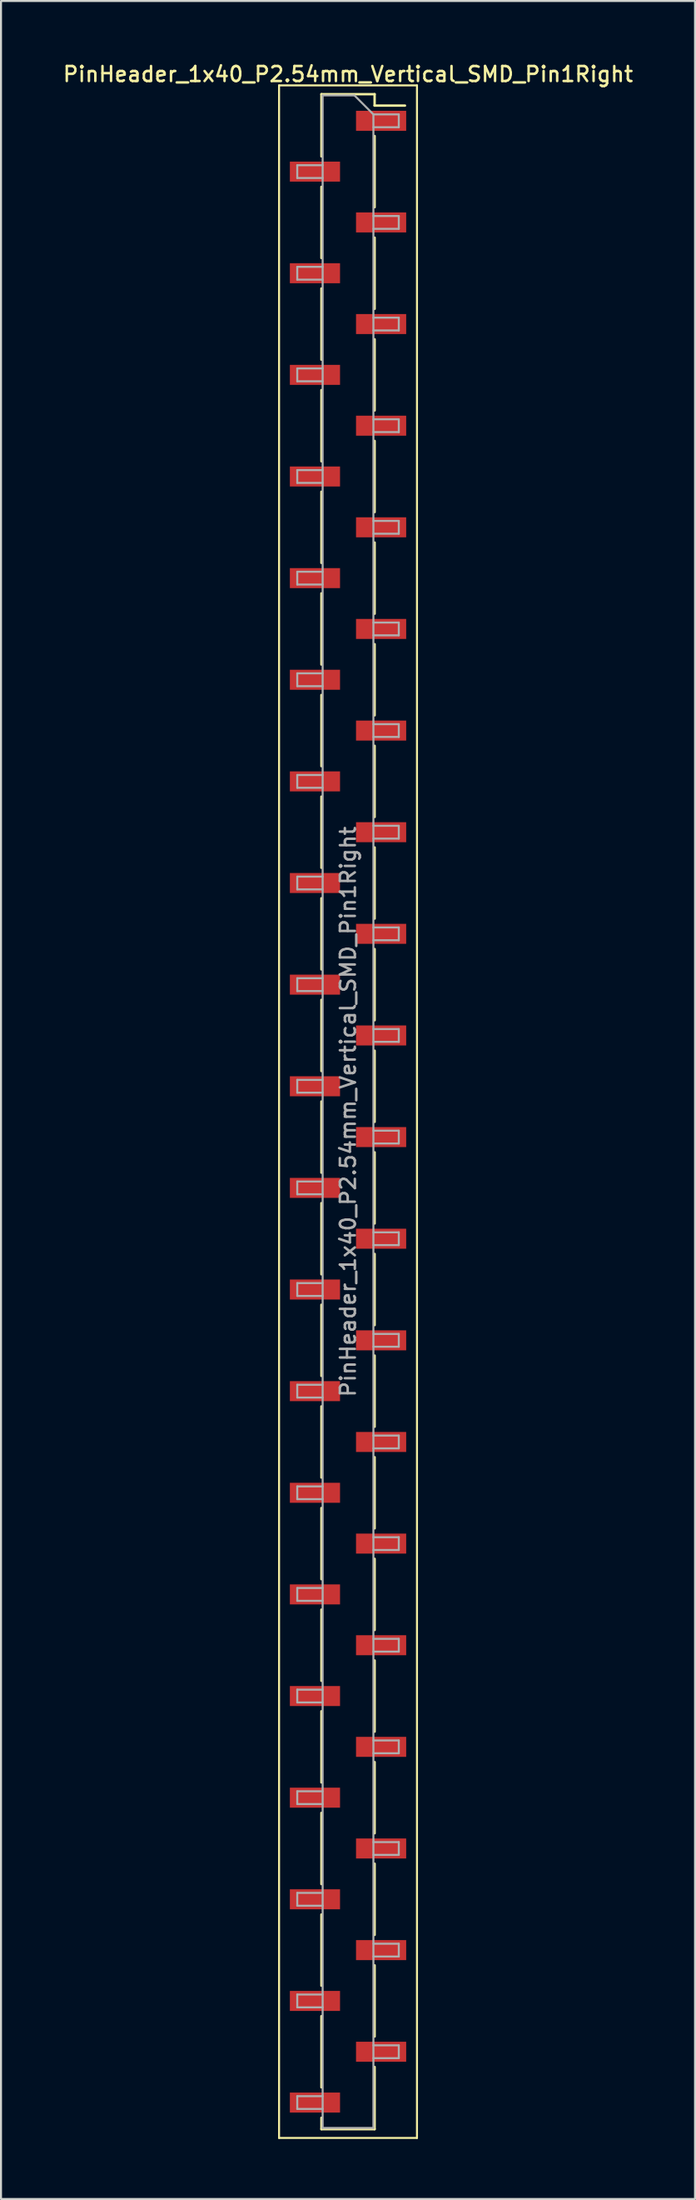
<source format=kicad_pcb>
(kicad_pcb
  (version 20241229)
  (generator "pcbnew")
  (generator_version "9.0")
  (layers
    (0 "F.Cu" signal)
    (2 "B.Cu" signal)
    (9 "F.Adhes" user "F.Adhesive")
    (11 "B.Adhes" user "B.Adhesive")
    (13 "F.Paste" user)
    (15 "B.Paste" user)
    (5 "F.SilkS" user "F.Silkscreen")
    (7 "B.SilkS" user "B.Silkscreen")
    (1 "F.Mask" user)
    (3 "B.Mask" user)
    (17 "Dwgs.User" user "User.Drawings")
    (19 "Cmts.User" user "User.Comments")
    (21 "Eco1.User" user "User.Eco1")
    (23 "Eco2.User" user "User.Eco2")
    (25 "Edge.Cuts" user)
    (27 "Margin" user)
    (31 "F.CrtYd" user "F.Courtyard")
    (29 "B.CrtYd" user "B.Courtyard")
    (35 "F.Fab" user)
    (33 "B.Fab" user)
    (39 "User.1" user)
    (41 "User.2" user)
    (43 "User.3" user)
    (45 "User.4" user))
  (footprint "PinHeader_1x40_P2.54mm_Vertical_SMD_Pin1Right"
    (layer "F.Cu")
    (at 14.363 52.518)
    (property "Reference" "PinHeader_1x40_P2.54mm_Vertical_SMD_Pin1Right" (at 0 -51.86 0) (layer "F.SilkS") (effects (font (size 0.75 0.75) (thickness 0.125))))
    (attr smd)
    (fp_line (start -3.45 -51.3) (end -3.45 51.3) (stroke (width 0.1) (type solid)) (layer "F.SilkS"))
    (fp_line (start -3.45 51.3) (end 3.45 51.3) (stroke (width 0.1) (type solid)) (layer "F.SilkS"))
    (fp_line (start -1.33 -50.86) (end -1.33 -47.75) (stroke (width 0.12) (type solid)) (layer "F.SilkS"))
    (fp_line (start -1.33 -50.86) (end 1.33 -50.86) (stroke (width 0.12) (type solid)) (layer "F.SilkS"))
    (fp_line (start -1.33 -46.23) (end -1.33 -42.67) (stroke (width 0.12) (type solid)) (layer "F.SilkS"))
    (fp_line (start -1.33 -41.15) (end -1.33 -37.59) (stroke (width 0.12) (type solid)) (layer "F.SilkS"))
    (fp_line (start -1.33 -36.07) (end -1.33 -32.51) (stroke (width 0.12) (type solid)) (layer "F.SilkS"))
    (fp_line (start -1.33 -30.99) (end -1.33 -27.43) (stroke (width 0.12) (type solid)) (layer "F.SilkS"))
    (fp_line (start -1.33 -25.91) (end -1.33 -22.35) (stroke (width 0.12) (type solid)) (layer "F.SilkS"))
    (fp_line (start -1.33 -20.83) (end -1.33 -17.27) (stroke (width 0.12) (type solid)) (layer "F.SilkS"))
    (fp_line (start -1.33 -15.75) (end -1.33 -12.19) (stroke (width 0.12) (type solid)) (layer "F.SilkS"))
    (fp_line (start -1.33 -10.67) (end -1.33 -7.11) (stroke (width 0.12) (type solid)) (layer "F.SilkS"))
    (fp_line (start -1.33 -5.59) (end -1.33 -2.03) (stroke (width 0.12) (type solid)) (layer "F.SilkS"))
    (fp_line (start -1.33 -0.51) (end -1.33 3.05) (stroke (width 0.12) (type solid)) (layer "F.SilkS"))
    (fp_line (start -1.33 4.57) (end -1.33 8.13) (stroke (width 0.12) (type solid)) (layer "F.SilkS"))
    (fp_line (start -1.33 9.65) (end -1.33 13.21) (stroke (width 0.12) (type solid)) (layer "F.SilkS"))
    (fp_line (start -1.33 14.73) (end -1.33 18.29) (stroke (width 0.12) (type solid)) (layer "F.SilkS"))
    (fp_line (start -1.33 19.81) (end -1.33 23.37) (stroke (width 0.12) (type solid)) (layer "F.SilkS"))
    (fp_line (start -1.33 24.89) (end -1.33 28.45) (stroke (width 0.12) (type solid)) (layer "F.SilkS"))
    (fp_line (start -1.33 29.97) (end -1.33 33.53) (stroke (width 0.12) (type solid)) (layer "F.SilkS"))
    (fp_line (start -1.33 35.05) (end -1.33 38.61) (stroke (width 0.12) (type solid)) (layer "F.SilkS"))
    (fp_line (start -1.33 40.13) (end -1.33 43.69) (stroke (width 0.12) (type solid)) (layer "F.SilkS"))
    (fp_line (start -1.33 45.21) (end -1.33 48.77) (stroke (width 0.12) (type solid)) (layer "F.SilkS"))
    (fp_line (start -1.33 50.29) (end -1.33 50.86) (stroke (width 0.12) (type solid)) (layer "F.SilkS"))
    (fp_line (start -1.33 50.86) (end 1.33 50.86) (stroke (width 0.12) (type solid)) (layer "F.SilkS"))
    (fp_line (start 1.33 -50.86) (end 1.33 -50.29) (stroke (width 0.12) (type solid)) (layer "F.SilkS"))
    (fp_line (start 1.33 -50.29) (end 2.85 -50.29) (stroke (width 0.12) (type solid)) (layer "F.SilkS"))
    (fp_line (start 1.33 -48.77) (end 1.33 -45.21) (stroke (width 0.12) (type solid)) (layer "F.SilkS"))
    (fp_line (start 1.33 -43.69) (end 1.33 -40.13) (stroke (width 0.12) (type solid)) (layer "F.SilkS"))
    (fp_line (start 1.33 -38.61) (end 1.33 -35.05) (stroke (width 0.12) (type solid)) (layer "F.SilkS"))
    (fp_line (start 1.33 -33.53) (end 1.33 -29.97) (stroke (width 0.12) (type solid)) (layer "F.SilkS"))
    (fp_line (start 1.33 -28.45) (end 1.33 -24.89) (stroke (width 0.12) (type solid)) (layer "F.SilkS"))
    (fp_line (start 1.33 -23.37) (end 1.33 -19.81) (stroke (width 0.12) (type solid)) (layer "F.SilkS"))
    (fp_line (start 1.33 -18.29) (end 1.33 -14.73) (stroke (width 0.12) (type solid)) (layer "F.SilkS"))
    (fp_line (start 1.33 -13.21) (end 1.33 -9.65) (stroke (width 0.12) (type solid)) (layer "F.SilkS"))
    (fp_line (start 1.33 -8.13) (end 1.33 -4.57) (stroke (width 0.12) (type solid)) (layer "F.SilkS"))
    (fp_line (start 1.33 -3.05) (end 1.33 0.51) (stroke (width 0.12) (type solid)) (layer "F.SilkS"))
    (fp_line (start 1.33 2.03) (end 1.33 5.59) (stroke (width 0.12) (type solid)) (layer "F.SilkS"))
    (fp_line (start 1.33 7.11) (end 1.33 10.67) (stroke (width 0.12) (type solid)) (layer "F.SilkS"))
    (fp_line (start 1.33 12.19) (end 1.33 15.75) (stroke (width 0.12) (type solid)) (layer "F.SilkS"))
    (fp_line (start 1.33 17.27) (end 1.33 20.83) (stroke (width 0.12) (type solid)) (layer "F.SilkS"))
    (fp_line (start 1.33 22.35) (end 1.33 25.91) (stroke (width 0.12) (type solid)) (layer "F.SilkS"))
    (fp_line (start 1.33 27.43) (end 1.33 30.99) (stroke (width 0.12) (type solid)) (layer "F.SilkS"))
    (fp_line (start 1.33 32.51) (end 1.33 36.07) (stroke (width 0.12) (type solid)) (layer "F.SilkS"))
    (fp_line (start 1.33 37.59) (end 1.33 41.15) (stroke (width 0.12) (type solid)) (layer "F.SilkS"))
    (fp_line (start 1.33 42.67) (end 1.33 46.23) (stroke (width 0.12) (type solid)) (layer "F.SilkS"))
    (fp_line (start 1.33 47.75) (end 1.33 50.86) (stroke (width 0.12) (type solid)) (layer "F.SilkS"))
    (fp_line (start 3.45 -51.3) (end -3.45 -51.3) (stroke (width 0.1) (type solid)) (layer "F.SilkS"))
    (fp_line (start 3.45 51.3) (end 3.45 -51.3) (stroke (width 0.1) (type solid)) (layer "F.SilkS"))
    (fp_line (start -2.54 -47.31) (end -2.54 -46.67) (stroke (width 0.1) (type solid)) (layer "F.Fab"))
    (fp_line (start -2.54 -46.67) (end -1.27 -46.67) (stroke (width 0.1) (type solid)) (layer "F.Fab"))
    (fp_line (start -2.54 -42.23) (end -2.54 -41.59) (stroke (width 0.1) (type solid)) (layer "F.Fab"))
    (fp_line (start -2.54 -41.59) (end -1.27 -41.59) (stroke (width 0.1) (type solid)) (layer "F.Fab"))
    (fp_line (start -2.54 -37.15) (end -2.54 -36.51) (stroke (width 0.1) (type solid)) (layer "F.Fab"))
    (fp_line (start -2.54 -36.51) (end -1.27 -36.51) (stroke (width 0.1) (type solid)) (layer "F.Fab"))
    (fp_line (start -2.54 -32.07) (end -2.54 -31.43) (stroke (width 0.1) (type solid)) (layer "F.Fab"))
    (fp_line (start -2.54 -31.43) (end -1.27 -31.43) (stroke (width 0.1) (type solid)) (layer "F.Fab"))
    (fp_line (start -2.54 -26.99) (end -2.54 -26.35) (stroke (width 0.1) (type solid)) (layer "F.Fab"))
    (fp_line (start -2.54 -26.35) (end -1.27 -26.35) (stroke (width 0.1) (type solid)) (layer "F.Fab"))
    (fp_line (start -2.54 -21.91) (end -2.54 -21.27) (stroke (width 0.1) (type solid)) (layer "F.Fab"))
    (fp_line (start -2.54 -21.27) (end -1.27 -21.27) (stroke (width 0.1) (type solid)) (layer "F.Fab"))
    (fp_line (start -2.54 -16.83) (end -2.54 -16.19) (stroke (width 0.1) (type solid)) (layer "F.Fab"))
    (fp_line (start -2.54 -16.19) (end -1.27 -16.19) (stroke (width 0.1) (type solid)) (layer "F.Fab"))
    (fp_line (start -2.54 -11.75) (end -2.54 -11.11) (stroke (width 0.1) (type solid)) (layer "F.Fab"))
    (fp_line (start -2.54 -11.11) (end -1.27 -11.11) (stroke (width 0.1) (type solid)) (layer "F.Fab"))
    (fp_line (start -2.54 -6.67) (end -2.54 -6.03) (stroke (width 0.1) (type solid)) (layer "F.Fab"))
    (fp_line (start -2.54 -6.03) (end -1.27 -6.03) (stroke (width 0.1) (type solid)) (layer "F.Fab"))
    (fp_line (start -2.54 -1.59) (end -2.54 -0.95) (stroke (width 0.1) (type solid)) (layer "F.Fab"))
    (fp_line (start -2.54 -0.95) (end -1.27 -0.95) (stroke (width 0.1) (type solid)) (layer "F.Fab"))
    (fp_line (start -2.54 3.49) (end -2.54 4.13) (stroke (width 0.1) (type solid)) (layer "F.Fab"))
    (fp_line (start -2.54 4.13) (end -1.27 4.13) (stroke (width 0.1) (type solid)) (layer "F.Fab"))
    (fp_line (start -2.54 8.57) (end -2.54 9.21) (stroke (width 0.1) (type solid)) (layer "F.Fab"))
    (fp_line (start -2.54 9.21) (end -1.27 9.21) (stroke (width 0.1) (type solid)) (layer "F.Fab"))
    (fp_line (start -2.54 13.65) (end -2.54 14.29) (stroke (width 0.1) (type solid)) (layer "F.Fab"))
    (fp_line (start -2.54 14.29) (end -1.27 14.29) (stroke (width 0.1) (type solid)) (layer "F.Fab"))
    (fp_line (start -2.54 18.73) (end -2.54 19.37) (stroke (width 0.1) (type solid)) (layer "F.Fab"))
    (fp_line (start -2.54 19.37) (end -1.27 19.37) (stroke (width 0.1) (type solid)) (layer "F.Fab"))
    (fp_line (start -2.54 23.81) (end -2.54 24.45) (stroke (width 0.1) (type solid)) (layer "F.Fab"))
    (fp_line (start -2.54 24.45) (end -1.27 24.45) (stroke (width 0.1) (type solid)) (layer "F.Fab"))
    (fp_line (start -2.54 28.89) (end -2.54 29.53) (stroke (width 0.1) (type solid)) (layer "F.Fab"))
    (fp_line (start -2.54 29.53) (end -1.27 29.53) (stroke (width 0.1) (type solid)) (layer "F.Fab"))
    (fp_line (start -2.54 33.97) (end -2.54 34.61) (stroke (width 0.1) (type solid)) (layer "F.Fab"))
    (fp_line (start -2.54 34.61) (end -1.27 34.61) (stroke (width 0.1) (type solid)) (layer "F.Fab"))
    (fp_line (start -2.54 39.05) (end -2.54 39.69) (stroke (width 0.1) (type solid)) (layer "F.Fab"))
    (fp_line (start -2.54 39.69) (end -1.27 39.69) (stroke (width 0.1) (type solid)) (layer "F.Fab"))
    (fp_line (start -2.54 44.13) (end -2.54 44.77) (stroke (width 0.1) (type solid)) (layer "F.Fab"))
    (fp_line (start -2.54 44.77) (end -1.27 44.77) (stroke (width 0.1) (type solid)) (layer "F.Fab"))
    (fp_line (start -2.54 49.21) (end -2.54 49.85) (stroke (width 0.1) (type solid)) (layer "F.Fab"))
    (fp_line (start -2.54 49.85) (end -1.27 49.85) (stroke (width 0.1) (type solid)) (layer "F.Fab"))
    (fp_line (start -1.27 -50.8) (end -1.27 50.8) (stroke (width 0.1) (type solid)) (layer "F.Fab"))
    (fp_line (start -1.27 -50.8) (end 0.32 -50.8) (stroke (width 0.1) (type solid)) (layer "F.Fab"))
    (fp_line (start -1.27 -47.31) (end -2.54 -47.31) (stroke (width 0.1) (type solid)) (layer "F.Fab"))
    (fp_line (start -1.27 -42.23) (end -2.54 -42.23) (stroke (width 0.1) (type solid)) (layer "F.Fab"))
    (fp_line (start -1.27 -37.15) (end -2.54 -37.15) (stroke (width 0.1) (type solid)) (layer "F.Fab"))
    (fp_line (start -1.27 -32.07) (end -2.54 -32.07) (stroke (width 0.1) (type solid)) (layer "F.Fab"))
    (fp_line (start -1.27 -26.99) (end -2.54 -26.99) (stroke (width 0.1) (type solid)) (layer "F.Fab"))
    (fp_line (start -1.27 -21.91) (end -2.54 -21.91) (stroke (width 0.1) (type solid)) (layer "F.Fab"))
    (fp_line (start -1.27 -16.83) (end -2.54 -16.83) (stroke (width 0.1) (type solid)) (layer "F.Fab"))
    (fp_line (start -1.27 -11.75) (end -2.54 -11.75) (stroke (width 0.1) (type solid)) (layer "F.Fab"))
    (fp_line (start -1.27 -6.67) (end -2.54 -6.67) (stroke (width 0.1) (type solid)) (layer "F.Fab"))
    (fp_line (start -1.27 -1.59) (end -2.54 -1.59) (stroke (width 0.1) (type solid)) (layer "F.Fab"))
    (fp_line (start -1.27 3.49) (end -2.54 3.49) (stroke (width 0.1) (type solid)) (layer "F.Fab"))
    (fp_line (start -1.27 8.57) (end -2.54 8.57) (stroke (width 0.1) (type solid)) (layer "F.Fab"))
    (fp_line (start -1.27 13.65) (end -2.54 13.65) (stroke (width 0.1) (type solid)) (layer "F.Fab"))
    (fp_line (start -1.27 18.73) (end -2.54 18.73) (stroke (width 0.1) (type solid)) (layer "F.Fab"))
    (fp_line (start -1.27 23.81) (end -2.54 23.81) (stroke (width 0.1) (type solid)) (layer "F.Fab"))
    (fp_line (start -1.27 28.89) (end -2.54 28.89) (stroke (width 0.1) (type solid)) (layer "F.Fab"))
    (fp_line (start -1.27 33.97) (end -2.54 33.97) (stroke (width 0.1) (type solid)) (layer "F.Fab"))
    (fp_line (start -1.27 39.05) (end -2.54 39.05) (stroke (width 0.1) (type solid)) (layer "F.Fab"))
    (fp_line (start -1.27 44.13) (end -2.54 44.13) (stroke (width 0.1) (type solid)) (layer "F.Fab"))
    (fp_line (start -1.27 49.21) (end -2.54 49.21) (stroke (width 0.1) (type solid)) (layer "F.Fab"))
    (fp_line (start 1.27 -49.85) (end 0.32 -50.8) (stroke (width 0.1) (type solid)) (layer "F.Fab"))
    (fp_line (start 1.27 -49.85) (end 2.54 -49.85) (stroke (width 0.1) (type solid)) (layer "F.Fab"))
    (fp_line (start 1.27 -44.77) (end 2.54 -44.77) (stroke (width 0.1) (type solid)) (layer "F.Fab"))
    (fp_line (start 1.27 -39.69) (end 2.54 -39.69) (stroke (width 0.1) (type solid)) (layer "F.Fab"))
    (fp_line (start 1.27 -34.61) (end 2.54 -34.61) (stroke (width 0.1) (type solid)) (layer "F.Fab"))
    (fp_line (start 1.27 -29.53) (end 2.54 -29.53) (stroke (width 0.1) (type solid)) (layer "F.Fab"))
    (fp_line (start 1.27 -24.45) (end 2.54 -24.45) (stroke (width 0.1) (type solid)) (layer "F.Fab"))
    (fp_line (start 1.27 -19.37) (end 2.54 -19.37) (stroke (width 0.1) (type solid)) (layer "F.Fab"))
    (fp_line (start 1.27 -14.29) (end 2.54 -14.29) (stroke (width 0.1) (type solid)) (layer "F.Fab"))
    (fp_line (start 1.27 -9.21) (end 2.54 -9.21) (stroke (width 0.1) (type solid)) (layer "F.Fab"))
    (fp_line (start 1.27 -4.13) (end 2.54 -4.13) (stroke (width 0.1) (type solid)) (layer "F.Fab"))
    (fp_line (start 1.27 0.95) (end 2.54 0.95) (stroke (width 0.1) (type solid)) (layer "F.Fab"))
    (fp_line (start 1.27 6.03) (end 2.54 6.03) (stroke (width 0.1) (type solid)) (layer "F.Fab"))
    (fp_line (start 1.27 11.11) (end 2.54 11.11) (stroke (width 0.1) (type solid)) (layer "F.Fab"))
    (fp_line (start 1.27 16.19) (end 2.54 16.19) (stroke (width 0.1) (type solid)) (layer "F.Fab"))
    (fp_line (start 1.27 21.27) (end 2.54 21.27) (stroke (width 0.1) (type solid)) (layer "F.Fab"))
    (fp_line (start 1.27 26.35) (end 2.54 26.35) (stroke (width 0.1) (type solid)) (layer "F.Fab"))
    (fp_line (start 1.27 31.43) (end 2.54 31.43) (stroke (width 0.1) (type solid)) (layer "F.Fab"))
    (fp_line (start 1.27 36.51) (end 2.54 36.51) (stroke (width 0.1) (type solid)) (layer "F.Fab"))
    (fp_line (start 1.27 41.59) (end 2.54 41.59) (stroke (width 0.1) (type solid)) (layer "F.Fab"))
    (fp_line (start 1.27 46.67) (end 2.54 46.67) (stroke (width 0.1) (type solid)) (layer "F.Fab"))
    (fp_line (start 1.27 50.8) (end -1.27 50.8) (stroke (width 0.1) (type solid)) (layer "F.Fab"))
    (fp_line (start 1.27 50.8) (end 1.27 -49.85) (stroke (width 0.1) (type solid)) (layer "F.Fab"))
    (fp_line (start 2.54 -49.85) (end 2.54 -49.21) (stroke (width 0.1) (type solid)) (layer "F.Fab"))
    (fp_line (start 2.54 -49.21) (end 1.27 -49.21) (stroke (width 0.1) (type solid)) (layer "F.Fab"))
    (fp_line (start 2.54 -44.77) (end 2.54 -44.13) (stroke (width 0.1) (type solid)) (layer "F.Fab"))
    (fp_line (start 2.54 -44.13) (end 1.27 -44.13) (stroke (width 0.1) (type solid)) (layer "F.Fab"))
    (fp_line (start 2.54 -39.69) (end 2.54 -39.05) (stroke (width 0.1) (type solid)) (layer "F.Fab"))
    (fp_line (start 2.54 -39.05) (end 1.27 -39.05) (stroke (width 0.1) (type solid)) (layer "F.Fab"))
    (fp_line (start 2.54 -34.61) (end 2.54 -33.97) (stroke (width 0.1) (type solid)) (layer "F.Fab"))
    (fp_line (start 2.54 -33.97) (end 1.27 -33.97) (stroke (width 0.1) (type solid)) (layer "F.Fab"))
    (fp_line (start 2.54 -29.53) (end 2.54 -28.89) (stroke (width 0.1) (type solid)) (layer "F.Fab"))
    (fp_line (start 2.54 -28.89) (end 1.27 -28.89) (stroke (width 0.1) (type solid)) (layer "F.Fab"))
    (fp_line (start 2.54 -24.45) (end 2.54 -23.81) (stroke (width 0.1) (type solid)) (layer "F.Fab"))
    (fp_line (start 2.54 -23.81) (end 1.27 -23.81) (stroke (width 0.1) (type solid)) (layer "F.Fab"))
    (fp_line (start 2.54 -19.37) (end 2.54 -18.73) (stroke (width 0.1) (type solid)) (layer "F.Fab"))
    (fp_line (start 2.54 -18.73) (end 1.27 -18.73) (stroke (width 0.1) (type solid)) (layer "F.Fab"))
    (fp_line (start 2.54 -14.29) (end 2.54 -13.65) (stroke (width 0.1) (type solid)) (layer "F.Fab"))
    (fp_line (start 2.54 -13.65) (end 1.27 -13.65) (stroke (width 0.1) (type solid)) (layer "F.Fab"))
    (fp_line (start 2.54 -9.21) (end 2.54 -8.57) (stroke (width 0.1) (type solid)) (layer "F.Fab"))
    (fp_line (start 2.54 -8.57) (end 1.27 -8.57) (stroke (width 0.1) (type solid)) (layer "F.Fab"))
    (fp_line (start 2.54 -4.13) (end 2.54 -3.49) (stroke (width 0.1) (type solid)) (layer "F.Fab"))
    (fp_line (start 2.54 -3.49) (end 1.27 -3.49) (stroke (width 0.1) (type solid)) (layer "F.Fab"))
    (fp_line (start 2.54 0.95) (end 2.54 1.59) (stroke (width 0.1) (type solid)) (layer "F.Fab"))
    (fp_line (start 2.54 1.59) (end 1.27 1.59) (stroke (width 0.1) (type solid)) (layer "F.Fab"))
    (fp_line (start 2.54 6.03) (end 2.54 6.67) (stroke (width 0.1) (type solid)) (layer "F.Fab"))
    (fp_line (start 2.54 6.67) (end 1.27 6.67) (stroke (width 0.1) (type solid)) (layer "F.Fab"))
    (fp_line (start 2.54 11.11) (end 2.54 11.75) (stroke (width 0.1) (type solid)) (layer "F.Fab"))
    (fp_line (start 2.54 11.75) (end 1.27 11.75) (stroke (width 0.1) (type solid)) (layer "F.Fab"))
    (fp_line (start 2.54 16.19) (end 2.54 16.83) (stroke (width 0.1) (type solid)) (layer "F.Fab"))
    (fp_line (start 2.54 16.83) (end 1.27 16.83) (stroke (width 0.1) (type solid)) (layer "F.Fab"))
    (fp_line (start 2.54 21.27) (end 2.54 21.91) (stroke (width 0.1) (type solid)) (layer "F.Fab"))
    (fp_line (start 2.54 21.91) (end 1.27 21.91) (stroke (width 0.1) (type solid)) (layer "F.Fab"))
    (fp_line (start 2.54 26.35) (end 2.54 26.99) (stroke (width 0.1) (type solid)) (layer "F.Fab"))
    (fp_line (start 2.54 26.99) (end 1.27 26.99) (stroke (width 0.1) (type solid)) (layer "F.Fab"))
    (fp_line (start 2.54 31.43) (end 2.54 32.07) (stroke (width 0.1) (type solid)) (layer "F.Fab"))
    (fp_line (start 2.54 32.07) (end 1.27 32.07) (stroke (width 0.1) (type solid)) (layer "F.Fab"))
    (fp_line (start 2.54 36.51) (end 2.54 37.15) (stroke (width 0.1) (type solid)) (layer "F.Fab"))
    (fp_line (start 2.54 37.15) (end 1.27 37.15) (stroke (width 0.1) (type solid)) (layer "F.Fab"))
    (fp_line (start 2.54 41.59) (end 2.54 42.23) (stroke (width 0.1) (type solid)) (layer "F.Fab"))
    (fp_line (start 2.54 42.23) (end 1.27 42.23) (stroke (width 0.1) (type solid)) (layer "F.Fab"))
    (fp_line (start 2.54 46.67) (end 2.54 47.31) (stroke (width 0.1) (type solid)) (layer "F.Fab"))
    (fp_line (start 2.54 47.31) (end 1.27 47.31) (stroke (width 0.1) (type solid)) (layer "F.Fab"))
    (fp_text user "${REFERENCE}" (at 0 0 90) (layer "F.Fab") (effects (font (size 0.75 0.75) (thickness 0.125))))
    (pad "1" smd rect (at 1.655 -49.53) (size 2.51 1) (layers "F.Cu" "F.Mask" "F.Paste"))
    (pad "2" smd rect (at -1.655 -46.99) (size 2.51 1) (layers "F.Cu" "F.Mask" "F.Paste"))
    (pad "3" smd rect (at 1.655 -44.45) (size 2.51 1) (layers "F.Cu" "F.Mask" "F.Paste"))
    (pad "4" smd rect (at -1.655 -41.91) (size 2.51 1) (layers "F.Cu" "F.Mask" "F.Paste"))
    (pad "5" smd rect (at 1.655 -39.37) (size 2.51 1) (layers "F.Cu" "F.Mask" "F.Paste"))
    (pad "6" smd rect (at -1.655 -36.83) (size 2.51 1) (layers "F.Cu" "F.Mask" "F.Paste"))
    (pad "7" smd rect (at 1.655 -34.29) (size 2.51 1) (layers "F.Cu" "F.Mask" "F.Paste"))
    (pad "8" smd rect (at -1.655 -31.75) (size 2.51 1) (layers "F.Cu" "F.Mask" "F.Paste"))
    (pad "9" smd rect (at 1.655 -29.21) (size 2.51 1) (layers "F.Cu" "F.Mask" "F.Paste"))
    (pad "10" smd rect (at -1.655 -26.67) (size 2.51 1) (layers "F.Cu" "F.Mask" "F.Paste"))
    (pad "11" smd rect (at 1.655 -24.13) (size 2.51 1) (layers "F.Cu" "F.Mask" "F.Paste"))
    (pad "12" smd rect (at -1.655 -21.59) (size 2.51 1) (layers "F.Cu" "F.Mask" "F.Paste"))
    (pad "13" smd rect (at 1.655 -19.05) (size 2.51 1) (layers "F.Cu" "F.Mask" "F.Paste"))
    (pad "14" smd rect (at -1.655 -16.51) (size 2.51 1) (layers "F.Cu" "F.Mask" "F.Paste"))
    (pad "15" smd rect (at 1.655 -13.97) (size 2.51 1) (layers "F.Cu" "F.Mask" "F.Paste"))
    (pad "16" smd rect (at -1.655 -11.43) (size 2.51 1) (layers "F.Cu" "F.Mask" "F.Paste"))
    (pad "17" smd rect (at 1.655 -8.89) (size 2.51 1) (layers "F.Cu" "F.Mask" "F.Paste"))
    (pad "18" smd rect (at -1.655 -6.35) (size 2.51 1) (layers "F.Cu" "F.Mask" "F.Paste"))
    (pad "19" smd rect (at 1.655 -3.81) (size 2.51 1) (layers "F.Cu" "F.Mask" "F.Paste"))
    (pad "20" smd rect (at -1.655 -1.27) (size 2.51 1) (layers "F.Cu" "F.Mask" "F.Paste"))
    (pad "21" smd rect (at 1.655 1.27) (size 2.51 1) (layers "F.Cu" "F.Mask" "F.Paste"))
    (pad "22" smd rect (at -1.655 3.81) (size 2.51 1) (layers "F.Cu" "F.Mask" "F.Paste"))
    (pad "23" smd rect (at 1.655 6.35) (size 2.51 1) (layers "F.Cu" "F.Mask" "F.Paste"))
    (pad "24" smd rect (at -1.655 8.89) (size 2.51 1) (layers "F.Cu" "F.Mask" "F.Paste"))
    (pad "25" smd rect (at 1.655 11.43) (size 2.51 1) (layers "F.Cu" "F.Mask" "F.Paste"))
    (pad "26" smd rect (at -1.655 13.97) (size 2.51 1) (layers "F.Cu" "F.Mask" "F.Paste"))
    (pad "27" smd rect (at 1.655 16.51) (size 2.51 1) (layers "F.Cu" "F.Mask" "F.Paste"))
    (pad "28" smd rect (at -1.655 19.05) (size 2.51 1) (layers "F.Cu" "F.Mask" "F.Paste"))
    (pad "29" smd rect (at 1.655 21.59) (size 2.51 1) (layers "F.Cu" "F.Mask" "F.Paste"))
    (pad "30" smd rect (at -1.655 24.13) (size 2.51 1) (layers "F.Cu" "F.Mask" "F.Paste"))
    (pad "31" smd rect (at 1.655 26.67) (size 2.51 1) (layers "F.Cu" "F.Mask" "F.Paste"))
    (pad "32" smd rect (at -1.655 29.21) (size 2.51 1) (layers "F.Cu" "F.Mask" "F.Paste"))
    (pad "33" smd rect (at 1.655 31.75) (size 2.51 1) (layers "F.Cu" "F.Mask" "F.Paste"))
    (pad "34" smd rect (at -1.655 34.29) (size 2.51 1) (layers "F.Cu" "F.Mask" "F.Paste"))
    (pad "35" smd rect (at 1.655 36.83) (size 2.51 1) (layers "F.Cu" "F.Mask" "F.Paste"))
    (pad "36" smd rect (at -1.655 39.37) (size 2.51 1) (layers "F.Cu" "F.Mask" "F.Paste"))
    (pad "37" smd rect (at 1.655 41.91) (size 2.51 1) (layers "F.Cu" "F.Mask" "F.Paste"))
    (pad "38" smd rect (at -1.655 44.45) (size 2.51 1) (layers "F.Cu" "F.Mask" "F.Paste"))
    (pad "39" smd rect (at 1.655 46.99) (size 2.51 1) (layers "F.Cu" "F.Mask" "F.Paste"))
    (pad "40" smd rect (at -1.655 49.53) (size 2.51 1) (layers "F.Cu" "F.Mask" "F.Paste")))
  (gr_rect
    (start -3 -3)
    (end 31.725 106.868)
    (stroke (width 0.1) (type default))
    (fill no)
    (layer "Edge.Cuts")))
</source>
